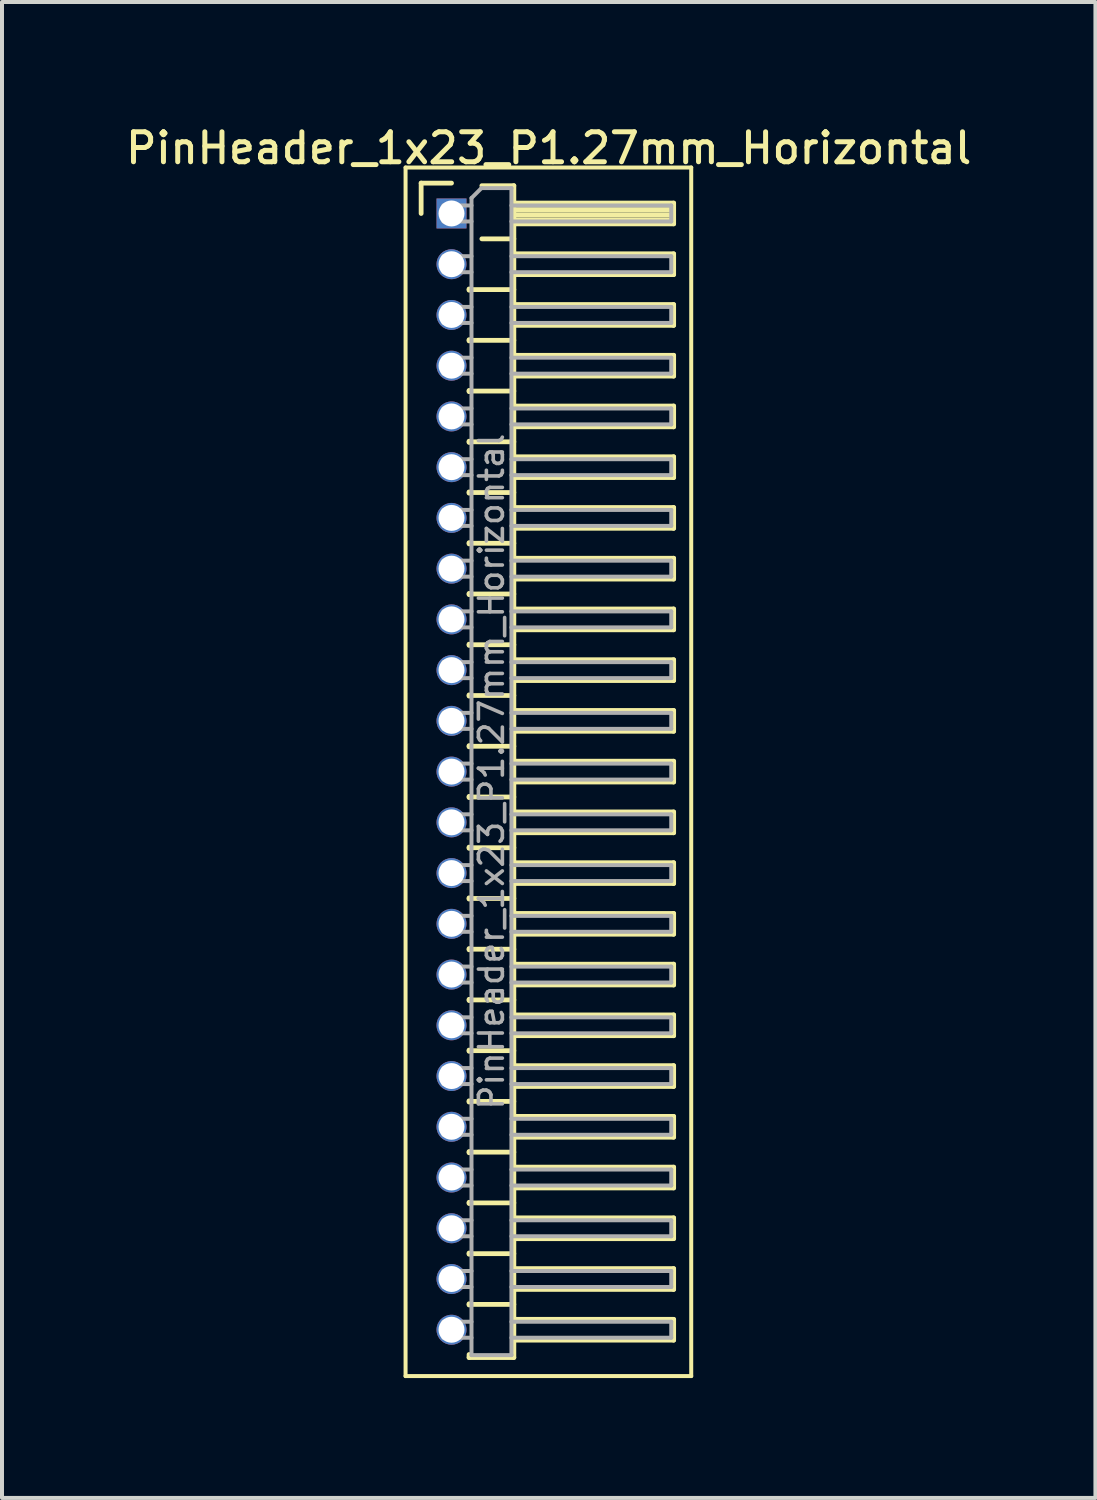
<source format=kicad_pcb>
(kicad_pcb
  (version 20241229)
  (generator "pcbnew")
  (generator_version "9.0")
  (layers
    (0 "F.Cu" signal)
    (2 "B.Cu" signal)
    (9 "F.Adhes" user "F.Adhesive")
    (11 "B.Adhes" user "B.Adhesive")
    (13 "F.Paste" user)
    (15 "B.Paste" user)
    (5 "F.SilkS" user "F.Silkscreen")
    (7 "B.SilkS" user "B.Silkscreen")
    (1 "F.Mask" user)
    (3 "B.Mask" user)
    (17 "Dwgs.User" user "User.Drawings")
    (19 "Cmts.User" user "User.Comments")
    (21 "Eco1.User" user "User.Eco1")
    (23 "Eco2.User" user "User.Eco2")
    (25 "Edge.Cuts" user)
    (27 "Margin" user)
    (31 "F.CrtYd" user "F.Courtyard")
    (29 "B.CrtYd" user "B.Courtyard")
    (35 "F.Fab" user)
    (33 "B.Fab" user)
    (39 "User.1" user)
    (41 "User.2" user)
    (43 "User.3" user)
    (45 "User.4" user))
  (footprint "PinHeader_1x23_P1.27mm_Horizontal"
    (layer "F.Cu")
    (at 8.251 2.293)
    (property "Reference" "PinHeader_1x23_P1.27mm_Horizontal" (at 2.433 -1.635 0) (layer "F.SilkS") (effects (font (size 0.75 0.75) (thickness 0.125))))
    (attr through_hole)
    (fp_line (start -1.15 -1.15) (end -1.15 29.1) (stroke (width 0.1) (type solid)) (layer "F.SilkS"))
    (fp_line (start -1.15 29.1) (end 6 29.1) (stroke (width 0.1) (type solid)) (layer "F.SilkS"))
    (fp_line (start -0.76 -0.76) (end 0 -0.76) (stroke (width 0.12) (type solid)) (layer "F.SilkS"))
    (fp_line (start -0.76 0) (end -0.76 -0.76) (stroke (width 0.12) (type solid)) (layer "F.SilkS"))
    (fp_line (start 0.44 1.89) (end 0.44 1.92) (stroke (width 0.12) (type solid)) (layer "F.SilkS"))
    (fp_line (start 0.44 1.905) (end 1.56 1.905) (stroke (width 0.12) (type solid)) (layer "F.SilkS"))
    (fp_line (start 0.44 3.16) (end 0.44 3.19) (stroke (width 0.12) (type solid)) (layer "F.SilkS"))
    (fp_line (start 0.44 3.175) (end 1.56 3.175) (stroke (width 0.12) (type solid)) (layer "F.SilkS"))
    (fp_line (start 0.44 4.43) (end 0.44 4.46) (stroke (width 0.12) (type solid)) (layer "F.SilkS"))
    (fp_line (start 0.44 4.445) (end 1.56 4.445) (stroke (width 0.12) (type solid)) (layer "F.SilkS"))
    (fp_line (start 0.44 5.7) (end 0.44 5.73) (stroke (width 0.12) (type solid)) (layer "F.SilkS"))
    (fp_line (start 0.44 5.715) (end 1.56 5.715) (stroke (width 0.12) (type solid)) (layer "F.SilkS"))
    (fp_line (start 0.44 6.97) (end 0.44 7) (stroke (width 0.12) (type solid)) (layer "F.SilkS"))
    (fp_line (start 0.44 6.985) (end 1.56 6.985) (stroke (width 0.12) (type solid)) (layer "F.SilkS"))
    (fp_line (start 0.44 8.24) (end 0.44 8.27) (stroke (width 0.12) (type solid)) (layer "F.SilkS"))
    (fp_line (start 0.44 8.255) (end 1.56 8.255) (stroke (width 0.12) (type solid)) (layer "F.SilkS"))
    (fp_line (start 0.44 9.51) (end 0.44 9.54) (stroke (width 0.12) (type solid)) (layer "F.SilkS"))
    (fp_line (start 0.44 9.525) (end 1.56 9.525) (stroke (width 0.12) (type solid)) (layer "F.SilkS"))
    (fp_line (start 0.44 10.78) (end 0.44 10.81) (stroke (width 0.12) (type solid)) (layer "F.SilkS"))
    (fp_line (start 0.44 10.795) (end 1.56 10.795) (stroke (width 0.12) (type solid)) (layer "F.SilkS"))
    (fp_line (start 0.44 12.05) (end 0.44 12.08) (stroke (width 0.12) (type solid)) (layer "F.SilkS"))
    (fp_line (start 0.44 12.065) (end 1.56 12.065) (stroke (width 0.12) (type solid)) (layer "F.SilkS"))
    (fp_line (start 0.44 13.32) (end 0.44 13.35) (stroke (width 0.12) (type solid)) (layer "F.SilkS"))
    (fp_line (start 0.44 13.335) (end 1.56 13.335) (stroke (width 0.12) (type solid)) (layer "F.SilkS"))
    (fp_line (start 0.44 14.59) (end 0.44 14.62) (stroke (width 0.12) (type solid)) (layer "F.SilkS"))
    (fp_line (start 0.44 14.605) (end 1.56 14.605) (stroke (width 0.12) (type solid)) (layer "F.SilkS"))
    (fp_line (start 0.44 15.86) (end 0.44 15.89) (stroke (width 0.12) (type solid)) (layer "F.SilkS"))
    (fp_line (start 0.44 15.875) (end 1.56 15.875) (stroke (width 0.12) (type solid)) (layer "F.SilkS"))
    (fp_line (start 0.44 17.13) (end 0.44 17.16) (stroke (width 0.12) (type solid)) (layer "F.SilkS"))
    (fp_line (start 0.44 17.145) (end 1.56 17.145) (stroke (width 0.12) (type solid)) (layer "F.SilkS"))
    (fp_line (start 0.44 18.4) (end 0.44 18.43) (stroke (width 0.12) (type solid)) (layer "F.SilkS"))
    (fp_line (start 0.44 18.415) (end 1.56 18.415) (stroke (width 0.12) (type solid)) (layer "F.SilkS"))
    (fp_line (start 0.44 19.67) (end 0.44 19.7) (stroke (width 0.12) (type solid)) (layer "F.SilkS"))
    (fp_line (start 0.44 19.685) (end 1.56 19.685) (stroke (width 0.12) (type solid)) (layer "F.SilkS"))
    (fp_line (start 0.44 20.94) (end 0.44 20.97) (stroke (width 0.12) (type solid)) (layer "F.SilkS"))
    (fp_line (start 0.44 20.955) (end 1.56 20.955) (stroke (width 0.12) (type solid)) (layer "F.SilkS"))
    (fp_line (start 0.44 22.21) (end 0.44 22.24) (stroke (width 0.12) (type solid)) (layer "F.SilkS"))
    (fp_line (start 0.44 22.225) (end 1.56 22.225) (stroke (width 0.12) (type solid)) (layer "F.SilkS"))
    (fp_line (start 0.44 23.48) (end 0.44 23.51) (stroke (width 0.12) (type solid)) (layer "F.SilkS"))
    (fp_line (start 0.44 23.495) (end 1.56 23.495) (stroke (width 0.12) (type solid)) (layer "F.SilkS"))
    (fp_line (start 0.44 24.75) (end 0.44 24.78) (stroke (width 0.12) (type solid)) (layer "F.SilkS"))
    (fp_line (start 0.44 24.765) (end 1.56 24.765) (stroke (width 0.12) (type solid)) (layer "F.SilkS"))
    (fp_line (start 0.44 26.02) (end 0.44 26.05) (stroke (width 0.12) (type solid)) (layer "F.SilkS"))
    (fp_line (start 0.44 26.035) (end 1.56 26.035) (stroke (width 0.12) (type solid)) (layer "F.SilkS"))
    (fp_line (start 0.44 27.29) (end 0.44 27.32) (stroke (width 0.12) (type solid)) (layer "F.SilkS"))
    (fp_line (start 0.44 27.305) (end 1.56 27.305) (stroke (width 0.12) (type solid)) (layer "F.SilkS"))
    (fp_line (start 0.44 28.635) (end 0.44 28.56) (stroke (width 0.12) (type solid)) (layer "F.SilkS"))
    (fp_line (start 0.76 -0.695) (end 1.56 -0.695) (stroke (width 0.12) (type solid)) (layer "F.SilkS"))
    (fp_line (start 0.76 0.635) (end 1.56 0.635) (stroke (width 0.12) (type solid)) (layer "F.SilkS"))
    (fp_line (start 1.56 -0.695) (end 1.56 28.635) (stroke (width 0.12) (type solid)) (layer "F.SilkS"))
    (fp_line (start 1.56 -0.26) (end 5.56 -0.26) (stroke (width 0.12) (type solid)) (layer "F.SilkS"))
    (fp_line (start 1.56 -0.2) (end 5.56 -0.2) (stroke (width 0.12) (type solid)) (layer "F.SilkS"))
    (fp_line (start 1.56 -0.08) (end 5.56 -0.08) (stroke (width 0.12) (type solid)) (layer "F.SilkS"))
    (fp_line (start 1.56 0.04) (end 5.56 0.04) (stroke (width 0.12) (type solid)) (layer "F.SilkS"))
    (fp_line (start 1.56 0.16) (end 5.56 0.16) (stroke (width 0.12) (type solid)) (layer "F.SilkS"))
    (fp_line (start 1.56 1.01) (end 5.56 1.01) (stroke (width 0.12) (type solid)) (layer "F.SilkS"))
    (fp_line (start 1.56 2.28) (end 5.56 2.28) (stroke (width 0.12) (type solid)) (layer "F.SilkS"))
    (fp_line (start 1.56 3.55) (end 5.56 3.55) (stroke (width 0.12) (type solid)) (layer "F.SilkS"))
    (fp_line (start 1.56 4.82) (end 5.56 4.82) (stroke (width 0.12) (type solid)) (layer "F.SilkS"))
    (fp_line (start 1.56 6.09) (end 5.56 6.09) (stroke (width 0.12) (type solid)) (layer "F.SilkS"))
    (fp_line (start 1.56 7.36) (end 5.56 7.36) (stroke (width 0.12) (type solid)) (layer "F.SilkS"))
    (fp_line (start 1.56 8.63) (end 5.56 8.63) (stroke (width 0.12) (type solid)) (layer "F.SilkS"))
    (fp_line (start 1.56 9.9) (end 5.56 9.9) (stroke (width 0.12) (type solid)) (layer "F.SilkS"))
    (fp_line (start 1.56 11.17) (end 5.56 11.17) (stroke (width 0.12) (type solid)) (layer "F.SilkS"))
    (fp_line (start 1.56 12.44) (end 5.56 12.44) (stroke (width 0.12) (type solid)) (layer "F.SilkS"))
    (fp_line (start 1.56 13.71) (end 5.56 13.71) (stroke (width 0.12) (type solid)) (layer "F.SilkS"))
    (fp_line (start 1.56 14.98) (end 5.56 14.98) (stroke (width 0.12) (type solid)) (layer "F.SilkS"))
    (fp_line (start 1.56 16.25) (end 5.56 16.25) (stroke (width 0.12) (type solid)) (layer "F.SilkS"))
    (fp_line (start 1.56 17.52) (end 5.56 17.52) (stroke (width 0.12) (type solid)) (layer "F.SilkS"))
    (fp_line (start 1.56 18.79) (end 5.56 18.79) (stroke (width 0.12) (type solid)) (layer "F.SilkS"))
    (fp_line (start 1.56 20.06) (end 5.56 20.06) (stroke (width 0.12) (type solid)) (layer "F.SilkS"))
    (fp_line (start 1.56 21.33) (end 5.56 21.33) (stroke (width 0.12) (type solid)) (layer "F.SilkS"))
    (fp_line (start 1.56 22.6) (end 5.56 22.6) (stroke (width 0.12) (type solid)) (layer "F.SilkS"))
    (fp_line (start 1.56 23.87) (end 5.56 23.87) (stroke (width 0.12) (type solid)) (layer "F.SilkS"))
    (fp_line (start 1.56 25.14) (end 5.56 25.14) (stroke (width 0.12) (type solid)) (layer "F.SilkS"))
    (fp_line (start 1.56 26.41) (end 5.56 26.41) (stroke (width 0.12) (type solid)) (layer "F.SilkS"))
    (fp_line (start 1.56 27.68) (end 5.56 27.68) (stroke (width 0.12) (type solid)) (layer "F.SilkS"))
    (fp_line (start 1.56 28.635) (end 0.44 28.635) (stroke (width 0.12) (type solid)) (layer "F.SilkS"))
    (fp_line (start 5.56 -0.26) (end 5.56 0.26) (stroke (width 0.12) (type solid)) (layer "F.SilkS"))
    (fp_line (start 5.56 0.26) (end 1.56 0.26) (stroke (width 0.12) (type solid)) (layer "F.SilkS"))
    (fp_line (start 5.56 1.01) (end 5.56 1.53) (stroke (width 0.12) (type solid)) (layer "F.SilkS"))
    (fp_line (start 5.56 1.53) (end 1.56 1.53) (stroke (width 0.12) (type solid)) (layer "F.SilkS"))
    (fp_line (start 5.56 2.28) (end 5.56 2.8) (stroke (width 0.12) (type solid)) (layer "F.SilkS"))
    (fp_line (start 5.56 2.8) (end 1.56 2.8) (stroke (width 0.12) (type solid)) (layer "F.SilkS"))
    (fp_line (start 5.56 3.55) (end 5.56 4.07) (stroke (width 0.12) (type solid)) (layer "F.SilkS"))
    (fp_line (start 5.56 4.07) (end 1.56 4.07) (stroke (width 0.12) (type solid)) (layer "F.SilkS"))
    (fp_line (start 5.56 4.82) (end 5.56 5.34) (stroke (width 0.12) (type solid)) (layer "F.SilkS"))
    (fp_line (start 5.56 5.34) (end 1.56 5.34) (stroke (width 0.12) (type solid)) (layer "F.SilkS"))
    (fp_line (start 5.56 6.09) (end 5.56 6.61) (stroke (width 0.12) (type solid)) (layer "F.SilkS"))
    (fp_line (start 5.56 6.61) (end 1.56 6.61) (stroke (width 0.12) (type solid)) (layer "F.SilkS"))
    (fp_line (start 5.56 7.36) (end 5.56 7.88) (stroke (width 0.12) (type solid)) (layer "F.SilkS"))
    (fp_line (start 5.56 7.88) (end 1.56 7.88) (stroke (width 0.12) (type solid)) (layer "F.SilkS"))
    (fp_line (start 5.56 8.63) (end 5.56 9.15) (stroke (width 0.12) (type solid)) (layer "F.SilkS"))
    (fp_line (start 5.56 9.15) (end 1.56 9.15) (stroke (width 0.12) (type solid)) (layer "F.SilkS"))
    (fp_line (start 5.56 9.9) (end 5.56 10.42) (stroke (width 0.12) (type solid)) (layer "F.SilkS"))
    (fp_line (start 5.56 10.42) (end 1.56 10.42) (stroke (width 0.12) (type solid)) (layer "F.SilkS"))
    (fp_line (start 5.56 11.17) (end 5.56 11.69) (stroke (width 0.12) (type solid)) (layer "F.SilkS"))
    (fp_line (start 5.56 11.69) (end 1.56 11.69) (stroke (width 0.12) (type solid)) (layer "F.SilkS"))
    (fp_line (start 5.56 12.44) (end 5.56 12.96) (stroke (width 0.12) (type solid)) (layer "F.SilkS"))
    (fp_line (start 5.56 12.96) (end 1.56 12.96) (stroke (width 0.12) (type solid)) (layer "F.SilkS"))
    (fp_line (start 5.56 13.71) (end 5.56 14.23) (stroke (width 0.12) (type solid)) (layer "F.SilkS"))
    (fp_line (start 5.56 14.23) (end 1.56 14.23) (stroke (width 0.12) (type solid)) (layer "F.SilkS"))
    (fp_line (start 5.56 14.98) (end 5.56 15.5) (stroke (width 0.12) (type solid)) (layer "F.SilkS"))
    (fp_line (start 5.56 15.5) (end 1.56 15.5) (stroke (width 0.12) (type solid)) (layer "F.SilkS"))
    (fp_line (start 5.56 16.25) (end 5.56 16.77) (stroke (width 0.12) (type solid)) (layer "F.SilkS"))
    (fp_line (start 5.56 16.77) (end 1.56 16.77) (stroke (width 0.12) (type solid)) (layer "F.SilkS"))
    (fp_line (start 5.56 17.52) (end 5.56 18.04) (stroke (width 0.12) (type solid)) (layer "F.SilkS"))
    (fp_line (start 5.56 18.04) (end 1.56 18.04) (stroke (width 0.12) (type solid)) (layer "F.SilkS"))
    (fp_line (start 5.56 18.79) (end 5.56 19.31) (stroke (width 0.12) (type solid)) (layer "F.SilkS"))
    (fp_line (start 5.56 19.31) (end 1.56 19.31) (stroke (width 0.12) (type solid)) (layer "F.SilkS"))
    (fp_line (start 5.56 20.06) (end 5.56 20.58) (stroke (width 0.12) (type solid)) (layer "F.SilkS"))
    (fp_line (start 5.56 20.58) (end 1.56 20.58) (stroke (width 0.12) (type solid)) (layer "F.SilkS"))
    (fp_line (start 5.56 21.33) (end 5.56 21.85) (stroke (width 0.12) (type solid)) (layer "F.SilkS"))
    (fp_line (start 5.56 21.85) (end 1.56 21.85) (stroke (width 0.12) (type solid)) (layer "F.SilkS"))
    (fp_line (start 5.56 22.6) (end 5.56 23.12) (stroke (width 0.12) (type solid)) (layer "F.SilkS"))
    (fp_line (start 5.56 23.12) (end 1.56 23.12) (stroke (width 0.12) (type solid)) (layer "F.SilkS"))
    (fp_line (start 5.56 23.87) (end 5.56 24.39) (stroke (width 0.12) (type solid)) (layer "F.SilkS"))
    (fp_line (start 5.56 24.39) (end 1.56 24.39) (stroke (width 0.12) (type solid)) (layer "F.SilkS"))
    (fp_line (start 5.56 25.14) (end 5.56 25.66) (stroke (width 0.12) (type solid)) (layer "F.SilkS"))
    (fp_line (start 5.56 25.66) (end 1.56 25.66) (stroke (width 0.12) (type solid)) (layer "F.SilkS"))
    (fp_line (start 5.56 26.41) (end 5.56 26.93) (stroke (width 0.12) (type solid)) (layer "F.SilkS"))
    (fp_line (start 5.56 26.93) (end 1.56 26.93) (stroke (width 0.12) (type solid)) (layer "F.SilkS"))
    (fp_line (start 5.56 27.68) (end 5.56 28.2) (stroke (width 0.12) (type solid)) (layer "F.SilkS"))
    (fp_line (start 5.56 28.2) (end 1.56 28.2) (stroke (width 0.12) (type solid)) (layer "F.SilkS"))
    (fp_line (start 6 -1.15) (end -1.15 -1.15) (stroke (width 0.1) (type solid)) (layer "F.SilkS"))
    (fp_line (start 6 29.1) (end 6 -1.15) (stroke (width 0.1) (type solid)) (layer "F.SilkS"))
    (fp_line (start -0.2 -0.2) (end -0.2 0.2) (stroke (width 0.1) (type solid)) (layer "F.Fab"))
    (fp_line (start -0.2 -0.2) (end 0.5 -0.2) (stroke (width 0.1) (type solid)) (layer "F.Fab"))
    (fp_line (start -0.2 0.2) (end 0.5 0.2) (stroke (width 0.1) (type solid)) (layer "F.Fab"))
    (fp_line (start -0.2 1.07) (end -0.2 1.47) (stroke (width 0.1) (type solid)) (layer "F.Fab"))
    (fp_line (start -0.2 1.07) (end 0.5 1.07) (stroke (width 0.1) (type solid)) (layer "F.Fab"))
    (fp_line (start -0.2 1.47) (end 0.5 1.47) (stroke (width 0.1) (type solid)) (layer "F.Fab"))
    (fp_line (start -0.2 2.34) (end -0.2 2.74) (stroke (width 0.1) (type solid)) (layer "F.Fab"))
    (fp_line (start -0.2 2.34) (end 0.5 2.34) (stroke (width 0.1) (type solid)) (layer "F.Fab"))
    (fp_line (start -0.2 2.74) (end 0.5 2.74) (stroke (width 0.1) (type solid)) (layer "F.Fab"))
    (fp_line (start -0.2 3.61) (end -0.2 4.01) (stroke (width 0.1) (type solid)) (layer "F.Fab"))
    (fp_line (start -0.2 3.61) (end 0.5 3.61) (stroke (width 0.1) (type solid)) (layer "F.Fab"))
    (fp_line (start -0.2 4.01) (end 0.5 4.01) (stroke (width 0.1) (type solid)) (layer "F.Fab"))
    (fp_line (start -0.2 4.88) (end -0.2 5.28) (stroke (width 0.1) (type solid)) (layer "F.Fab"))
    (fp_line (start -0.2 4.88) (end 0.5 4.88) (stroke (width 0.1) (type solid)) (layer "F.Fab"))
    (fp_line (start -0.2 5.28) (end 0.5 5.28) (stroke (width 0.1) (type solid)) (layer "F.Fab"))
    (fp_line (start -0.2 6.15) (end -0.2 6.55) (stroke (width 0.1) (type solid)) (layer "F.Fab"))
    (fp_line (start -0.2 6.15) (end 0.5 6.15) (stroke (width 0.1) (type solid)) (layer "F.Fab"))
    (fp_line (start -0.2 6.55) (end 0.5 6.55) (stroke (width 0.1) (type solid)) (layer "F.Fab"))
    (fp_line (start -0.2 7.42) (end -0.2 7.82) (stroke (width 0.1) (type solid)) (layer "F.Fab"))
    (fp_line (start -0.2 7.42) (end 0.5 7.42) (stroke (width 0.1) (type solid)) (layer "F.Fab"))
    (fp_line (start -0.2 7.82) (end 0.5 7.82) (stroke (width 0.1) (type solid)) (layer "F.Fab"))
    (fp_line (start -0.2 8.69) (end -0.2 9.09) (stroke (width 0.1) (type solid)) (layer "F.Fab"))
    (fp_line (start -0.2 8.69) (end 0.5 8.69) (stroke (width 0.1) (type solid)) (layer "F.Fab"))
    (fp_line (start -0.2 9.09) (end 0.5 9.09) (stroke (width 0.1) (type solid)) (layer "F.Fab"))
    (fp_line (start -0.2 9.96) (end -0.2 10.36) (stroke (width 0.1) (type solid)) (layer "F.Fab"))
    (fp_line (start -0.2 9.96) (end 0.5 9.96) (stroke (width 0.1) (type solid)) (layer "F.Fab"))
    (fp_line (start -0.2 10.36) (end 0.5 10.36) (stroke (width 0.1) (type solid)) (layer "F.Fab"))
    (fp_line (start -0.2 11.23) (end -0.2 11.63) (stroke (width 0.1) (type solid)) (layer "F.Fab"))
    (fp_line (start -0.2 11.23) (end 0.5 11.23) (stroke (width 0.1) (type solid)) (layer "F.Fab"))
    (fp_line (start -0.2 11.63) (end 0.5 11.63) (stroke (width 0.1) (type solid)) (layer "F.Fab"))
    (fp_line (start -0.2 12.5) (end -0.2 12.9) (stroke (width 0.1) (type solid)) (layer "F.Fab"))
    (fp_line (start -0.2 12.5) (end 0.5 12.5) (stroke (width 0.1) (type solid)) (layer "F.Fab"))
    (fp_line (start -0.2 12.9) (end 0.5 12.9) (stroke (width 0.1) (type solid)) (layer "F.Fab"))
    (fp_line (start -0.2 13.77) (end -0.2 14.17) (stroke (width 0.1) (type solid)) (layer "F.Fab"))
    (fp_line (start -0.2 13.77) (end 0.5 13.77) (stroke (width 0.1) (type solid)) (layer "F.Fab"))
    (fp_line (start -0.2 14.17) (end 0.5 14.17) (stroke (width 0.1) (type solid)) (layer "F.Fab"))
    (fp_line (start -0.2 15.04) (end -0.2 15.44) (stroke (width 0.1) (type solid)) (layer "F.Fab"))
    (fp_line (start -0.2 15.04) (end 0.5 15.04) (stroke (width 0.1) (type solid)) (layer "F.Fab"))
    (fp_line (start -0.2 15.44) (end 0.5 15.44) (stroke (width 0.1) (type solid)) (layer "F.Fab"))
    (fp_line (start -0.2 16.31) (end -0.2 16.71) (stroke (width 0.1) (type solid)) (layer "F.Fab"))
    (fp_line (start -0.2 16.31) (end 0.5 16.31) (stroke (width 0.1) (type solid)) (layer "F.Fab"))
    (fp_line (start -0.2 16.71) (end 0.5 16.71) (stroke (width 0.1) (type solid)) (layer "F.Fab"))
    (fp_line (start -0.2 17.58) (end -0.2 17.98) (stroke (width 0.1) (type solid)) (layer "F.Fab"))
    (fp_line (start -0.2 17.58) (end 0.5 17.58) (stroke (width 0.1) (type solid)) (layer "F.Fab"))
    (fp_line (start -0.2 17.98) (end 0.5 17.98) (stroke (width 0.1) (type solid)) (layer "F.Fab"))
    (fp_line (start -0.2 18.85) (end -0.2 19.25) (stroke (width 0.1) (type solid)) (layer "F.Fab"))
    (fp_line (start -0.2 18.85) (end 0.5 18.85) (stroke (width 0.1) (type solid)) (layer "F.Fab"))
    (fp_line (start -0.2 19.25) (end 0.5 19.25) (stroke (width 0.1) (type solid)) (layer "F.Fab"))
    (fp_line (start -0.2 20.12) (end -0.2 20.52) (stroke (width 0.1) (type solid)) (layer "F.Fab"))
    (fp_line (start -0.2 20.12) (end 0.5 20.12) (stroke (width 0.1) (type solid)) (layer "F.Fab"))
    (fp_line (start -0.2 20.52) (end 0.5 20.52) (stroke (width 0.1) (type solid)) (layer "F.Fab"))
    (fp_line (start -0.2 21.39) (end -0.2 21.79) (stroke (width 0.1) (type solid)) (layer "F.Fab"))
    (fp_line (start -0.2 21.39) (end 0.5 21.39) (stroke (width 0.1) (type solid)) (layer "F.Fab"))
    (fp_line (start -0.2 21.79) (end 0.5 21.79) (stroke (width 0.1) (type solid)) (layer "F.Fab"))
    (fp_line (start -0.2 22.66) (end -0.2 23.06) (stroke (width 0.1) (type solid)) (layer "F.Fab"))
    (fp_line (start -0.2 22.66) (end 0.5 22.66) (stroke (width 0.1) (type solid)) (layer "F.Fab"))
    (fp_line (start -0.2 23.06) (end 0.5 23.06) (stroke (width 0.1) (type solid)) (layer "F.Fab"))
    (fp_line (start -0.2 23.93) (end -0.2 24.33) (stroke (width 0.1) (type solid)) (layer "F.Fab"))
    (fp_line (start -0.2 23.93) (end 0.5 23.93) (stroke (width 0.1) (type solid)) (layer "F.Fab"))
    (fp_line (start -0.2 24.33) (end 0.5 24.33) (stroke (width 0.1) (type solid)) (layer "F.Fab"))
    (fp_line (start -0.2 25.2) (end -0.2 25.6) (stroke (width 0.1) (type solid)) (layer "F.Fab"))
    (fp_line (start -0.2 25.2) (end 0.5 25.2) (stroke (width 0.1) (type solid)) (layer "F.Fab"))
    (fp_line (start -0.2 25.6) (end 0.5 25.6) (stroke (width 0.1) (type solid)) (layer "F.Fab"))
    (fp_line (start -0.2 26.47) (end -0.2 26.87) (stroke (width 0.1) (type solid)) (layer "F.Fab"))
    (fp_line (start -0.2 26.47) (end 0.5 26.47) (stroke (width 0.1) (type solid)) (layer "F.Fab"))
    (fp_line (start -0.2 26.87) (end 0.5 26.87) (stroke (width 0.1) (type solid)) (layer "F.Fab"))
    (fp_line (start -0.2 27.74) (end -0.2 28.14) (stroke (width 0.1) (type solid)) (layer "F.Fab"))
    (fp_line (start -0.2 27.74) (end 0.5 27.74) (stroke (width 0.1) (type solid)) (layer "F.Fab"))
    (fp_line (start -0.2 28.14) (end 0.5 28.14) (stroke (width 0.1) (type solid)) (layer "F.Fab"))
    (fp_line (start 0.5 -0.385) (end 0.75 -0.635) (stroke (width 0.1) (type solid)) (layer "F.Fab"))
    (fp_line (start 0.5 28.575) (end 0.5 -0.385) (stroke (width 0.1) (type solid)) (layer "F.Fab"))
    (fp_line (start 0.75 -0.635) (end 1.5 -0.635) (stroke (width 0.1) (type solid)) (layer "F.Fab"))
    (fp_line (start 1.5 -0.635) (end 1.5 28.575) (stroke (width 0.1) (type solid)) (layer "F.Fab"))
    (fp_line (start 1.5 -0.2) (end 5.5 -0.2) (stroke (width 0.1) (type solid)) (layer "F.Fab"))
    (fp_line (start 1.5 0.2) (end 5.5 0.2) (stroke (width 0.1) (type solid)) (layer "F.Fab"))
    (fp_line (start 1.5 1.07) (end 5.5 1.07) (stroke (width 0.1) (type solid)) (layer "F.Fab"))
    (fp_line (start 1.5 1.47) (end 5.5 1.47) (stroke (width 0.1) (type solid)) (layer "F.Fab"))
    (fp_line (start 1.5 2.34) (end 5.5 2.34) (stroke (width 0.1) (type solid)) (layer "F.Fab"))
    (fp_line (start 1.5 2.74) (end 5.5 2.74) (stroke (width 0.1) (type solid)) (layer "F.Fab"))
    (fp_line (start 1.5 3.61) (end 5.5 3.61) (stroke (width 0.1) (type solid)) (layer "F.Fab"))
    (fp_line (start 1.5 4.01) (end 5.5 4.01) (stroke (width 0.1) (type solid)) (layer "F.Fab"))
    (fp_line (start 1.5 4.88) (end 5.5 4.88) (stroke (width 0.1) (type solid)) (layer "F.Fab"))
    (fp_line (start 1.5 5.28) (end 5.5 5.28) (stroke (width 0.1) (type solid)) (layer "F.Fab"))
    (fp_line (start 1.5 6.15) (end 5.5 6.15) (stroke (width 0.1) (type solid)) (layer "F.Fab"))
    (fp_line (start 1.5 6.55) (end 5.5 6.55) (stroke (width 0.1) (type solid)) (layer "F.Fab"))
    (fp_line (start 1.5 7.42) (end 5.5 7.42) (stroke (width 0.1) (type solid)) (layer "F.Fab"))
    (fp_line (start 1.5 7.82) (end 5.5 7.82) (stroke (width 0.1) (type solid)) (layer "F.Fab"))
    (fp_line (start 1.5 8.69) (end 5.5 8.69) (stroke (width 0.1) (type solid)) (layer "F.Fab"))
    (fp_line (start 1.5 9.09) (end 5.5 9.09) (stroke (width 0.1) (type solid)) (layer "F.Fab"))
    (fp_line (start 1.5 9.96) (end 5.5 9.96) (stroke (width 0.1) (type solid)) (layer "F.Fab"))
    (fp_line (start 1.5 10.36) (end 5.5 10.36) (stroke (width 0.1) (type solid)) (layer "F.Fab"))
    (fp_line (start 1.5 11.23) (end 5.5 11.23) (stroke (width 0.1) (type solid)) (layer "F.Fab"))
    (fp_line (start 1.5 11.63) (end 5.5 11.63) (stroke (width 0.1) (type solid)) (layer "F.Fab"))
    (fp_line (start 1.5 12.5) (end 5.5 12.5) (stroke (width 0.1) (type solid)) (layer "F.Fab"))
    (fp_line (start 1.5 12.9) (end 5.5 12.9) (stroke (width 0.1) (type solid)) (layer "F.Fab"))
    (fp_line (start 1.5 13.77) (end 5.5 13.77) (stroke (width 0.1) (type solid)) (layer "F.Fab"))
    (fp_line (start 1.5 14.17) (end 5.5 14.17) (stroke (width 0.1) (type solid)) (layer "F.Fab"))
    (fp_line (start 1.5 15.04) (end 5.5 15.04) (stroke (width 0.1) (type solid)) (layer "F.Fab"))
    (fp_line (start 1.5 15.44) (end 5.5 15.44) (stroke (width 0.1) (type solid)) (layer "F.Fab"))
    (fp_line (start 1.5 16.31) (end 5.5 16.31) (stroke (width 0.1) (type solid)) (layer "F.Fab"))
    (fp_line (start 1.5 16.71) (end 5.5 16.71) (stroke (width 0.1) (type solid)) (layer "F.Fab"))
    (fp_line (start 1.5 17.58) (end 5.5 17.58) (stroke (width 0.1) (type solid)) (layer "F.Fab"))
    (fp_line (start 1.5 17.98) (end 5.5 17.98) (stroke (width 0.1) (type solid)) (layer "F.Fab"))
    (fp_line (start 1.5 18.85) (end 5.5 18.85) (stroke (width 0.1) (type solid)) (layer "F.Fab"))
    (fp_line (start 1.5 19.25) (end 5.5 19.25) (stroke (width 0.1) (type solid)) (layer "F.Fab"))
    (fp_line (start 1.5 20.12) (end 5.5 20.12) (stroke (width 0.1) (type solid)) (layer "F.Fab"))
    (fp_line (start 1.5 20.52) (end 5.5 20.52) (stroke (width 0.1) (type solid)) (layer "F.Fab"))
    (fp_line (start 1.5 21.39) (end 5.5 21.39) (stroke (width 0.1) (type solid)) (layer "F.Fab"))
    (fp_line (start 1.5 21.79) (end 5.5 21.79) (stroke (width 0.1) (type solid)) (layer "F.Fab"))
    (fp_line (start 1.5 22.66) (end 5.5 22.66) (stroke (width 0.1) (type solid)) (layer "F.Fab"))
    (fp_line (start 1.5 23.06) (end 5.5 23.06) (stroke (width 0.1) (type solid)) (layer "F.Fab"))
    (fp_line (start 1.5 23.93) (end 5.5 23.93) (stroke (width 0.1) (type solid)) (layer "F.Fab"))
    (fp_line (start 1.5 24.33) (end 5.5 24.33) (stroke (width 0.1) (type solid)) (layer "F.Fab"))
    (fp_line (start 1.5 25.2) (end 5.5 25.2) (stroke (width 0.1) (type solid)) (layer "F.Fab"))
    (fp_line (start 1.5 25.6) (end 5.5 25.6) (stroke (width 0.1) (type solid)) (layer "F.Fab"))
    (fp_line (start 1.5 26.47) (end 5.5 26.47) (stroke (width 0.1) (type solid)) (layer "F.Fab"))
    (fp_line (start 1.5 26.87) (end 5.5 26.87) (stroke (width 0.1) (type solid)) (layer "F.Fab"))
    (fp_line (start 1.5 27.74) (end 5.5 27.74) (stroke (width 0.1) (type solid)) (layer "F.Fab"))
    (fp_line (start 1.5 28.14) (end 5.5 28.14) (stroke (width 0.1) (type solid)) (layer "F.Fab"))
    (fp_line (start 1.5 28.575) (end 0.5 28.575) (stroke (width 0.1) (type solid)) (layer "F.Fab"))
    (fp_line (start 5.5 -0.2) (end 5.5 0.2) (stroke (width 0.1) (type solid)) (layer "F.Fab"))
    (fp_line (start 5.5 1.07) (end 5.5 1.47) (stroke (width 0.1) (type solid)) (layer "F.Fab"))
    (fp_line (start 5.5 2.34) (end 5.5 2.74) (stroke (width 0.1) (type solid)) (layer "F.Fab"))
    (fp_line (start 5.5 3.61) (end 5.5 4.01) (stroke (width 0.1) (type solid)) (layer "F.Fab"))
    (fp_line (start 5.5 4.88) (end 5.5 5.28) (stroke (width 0.1) (type solid)) (layer "F.Fab"))
    (fp_line (start 5.5 6.15) (end 5.5 6.55) (stroke (width 0.1) (type solid)) (layer "F.Fab"))
    (fp_line (start 5.5 7.42) (end 5.5 7.82) (stroke (width 0.1) (type solid)) (layer "F.Fab"))
    (fp_line (start 5.5 8.69) (end 5.5 9.09) (stroke (width 0.1) (type solid)) (layer "F.Fab"))
    (fp_line (start 5.5 9.96) (end 5.5 10.36) (stroke (width 0.1) (type solid)) (layer "F.Fab"))
    (fp_line (start 5.5 11.23) (end 5.5 11.63) (stroke (width 0.1) (type solid)) (layer "F.Fab"))
    (fp_line (start 5.5 12.5) (end 5.5 12.9) (stroke (width 0.1) (type solid)) (layer "F.Fab"))
    (fp_line (start 5.5 13.77) (end 5.5 14.17) (stroke (width 0.1) (type solid)) (layer "F.Fab"))
    (fp_line (start 5.5 15.04) (end 5.5 15.44) (stroke (width 0.1) (type solid)) (layer "F.Fab"))
    (fp_line (start 5.5 16.31) (end 5.5 16.71) (stroke (width 0.1) (type solid)) (layer "F.Fab"))
    (fp_line (start 5.5 17.58) (end 5.5 17.98) (stroke (width 0.1) (type solid)) (layer "F.Fab"))
    (fp_line (start 5.5 18.85) (end 5.5 19.25) (stroke (width 0.1) (type solid)) (layer "F.Fab"))
    (fp_line (start 5.5 20.12) (end 5.5 20.52) (stroke (width 0.1) (type solid)) (layer "F.Fab"))
    (fp_line (start 5.5 21.39) (end 5.5 21.79) (stroke (width 0.1) (type solid)) (layer "F.Fab"))
    (fp_line (start 5.5 22.66) (end 5.5 23.06) (stroke (width 0.1) (type solid)) (layer "F.Fab"))
    (fp_line (start 5.5 23.93) (end 5.5 24.33) (stroke (width 0.1) (type solid)) (layer "F.Fab"))
    (fp_line (start 5.5 25.2) (end 5.5 25.6) (stroke (width 0.1) (type solid)) (layer "F.Fab"))
    (fp_line (start 5.5 26.47) (end 5.5 26.87) (stroke (width 0.1) (type solid)) (layer "F.Fab"))
    (fp_line (start 5.5 27.74) (end 5.5 28.14) (stroke (width 0.1) (type solid)) (layer "F.Fab"))
    (fp_text user "${REFERENCE}" (at 1 13.97 90) (layer "F.Fab") (effects (font (size 0.6 0.6) (thickness 0.09))))
    (pad "1" thru_hole rect (at 0 0) (size 0.75 0.75) (drill 0.65) (layers "*.Cu" "*.Mask"))
    (pad "2" thru_hole oval (at 0 1.27) (size 0.75 0.75) (drill 0.65) (layers "*.Cu" "*.Mask"))
    (pad "3" thru_hole oval (at 0 2.54) (size 0.75 0.75) (drill 0.65) (layers "*.Cu" "*.Mask"))
    (pad "4" thru_hole oval (at 0 3.81) (size 0.75 0.75) (drill 0.65) (layers "*.Cu" "*.Mask"))
    (pad "5" thru_hole oval (at 0 5.08) (size 0.75 0.75) (drill 0.65) (layers "*.Cu" "*.Mask"))
    (pad "6" thru_hole oval (at 0 6.35) (size 0.75 0.75) (drill 0.65) (layers "*.Cu" "*.Mask"))
    (pad "7" thru_hole oval (at 0 7.62) (size 0.75 0.75) (drill 0.65) (layers "*.Cu" "*.Mask"))
    (pad "8" thru_hole oval (at 0 8.89) (size 0.75 0.75) (drill 0.65) (layers "*.Cu" "*.Mask"))
    (pad "9" thru_hole oval (at 0 10.16) (size 0.75 0.75) (drill 0.65) (layers "*.Cu" "*.Mask"))
    (pad "10" thru_hole oval (at 0 11.43) (size 0.75 0.75) (drill 0.65) (layers "*.Cu" "*.Mask"))
    (pad "11" thru_hole oval (at 0 12.7) (size 0.75 0.75) (drill 0.65) (layers "*.Cu" "*.Mask"))
    (pad "12" thru_hole oval (at 0 13.97) (size 0.75 0.75) (drill 0.65) (layers "*.Cu" "*.Mask"))
    (pad "13" thru_hole oval (at 0 15.24) (size 0.75 0.75) (drill 0.65) (layers "*.Cu" "*.Mask"))
    (pad "14" thru_hole oval (at 0 16.51) (size 0.75 0.75) (drill 0.65) (layers "*.Cu" "*.Mask"))
    (pad "15" thru_hole oval (at 0 17.78) (size 0.75 0.75) (drill 0.65) (layers "*.Cu" "*.Mask"))
    (pad "16" thru_hole oval (at 0 19.05) (size 0.75 0.75) (drill 0.65) (layers "*.Cu" "*.Mask"))
    (pad "17" thru_hole oval (at 0 20.32) (size 0.75 0.75) (drill 0.65) (layers "*.Cu" "*.Mask"))
    (pad "18" thru_hole oval (at 0 21.59) (size 0.75 0.75) (drill 0.65) (layers "*.Cu" "*.Mask"))
    (pad "19" thru_hole oval (at 0 22.86) (size 0.75 0.75) (drill 0.65) (layers "*.Cu" "*.Mask"))
    (pad "20" thru_hole oval (at 0 24.13) (size 0.75 0.75) (drill 0.65) (layers "*.Cu" "*.Mask"))
    (pad "21" thru_hole oval (at 0 25.4) (size 0.75 0.75) (drill 0.65) (layers "*.Cu" "*.Mask"))
    (pad "22" thru_hole oval (at 0 26.67) (size 0.75 0.75) (drill 0.65) (layers "*.Cu" "*.Mask"))
    (pad "23" thru_hole oval (at 0 27.94) (size 0.75 0.75) (drill 0.65) (layers "*.Cu" "*.Mask")))
  (gr_rect
    (start -3 -3)
    (end 24.368 34.443)
    (stroke (width 0.1) (type default))
    (fill no)
    (layer "Edge.Cuts")))
</source>
